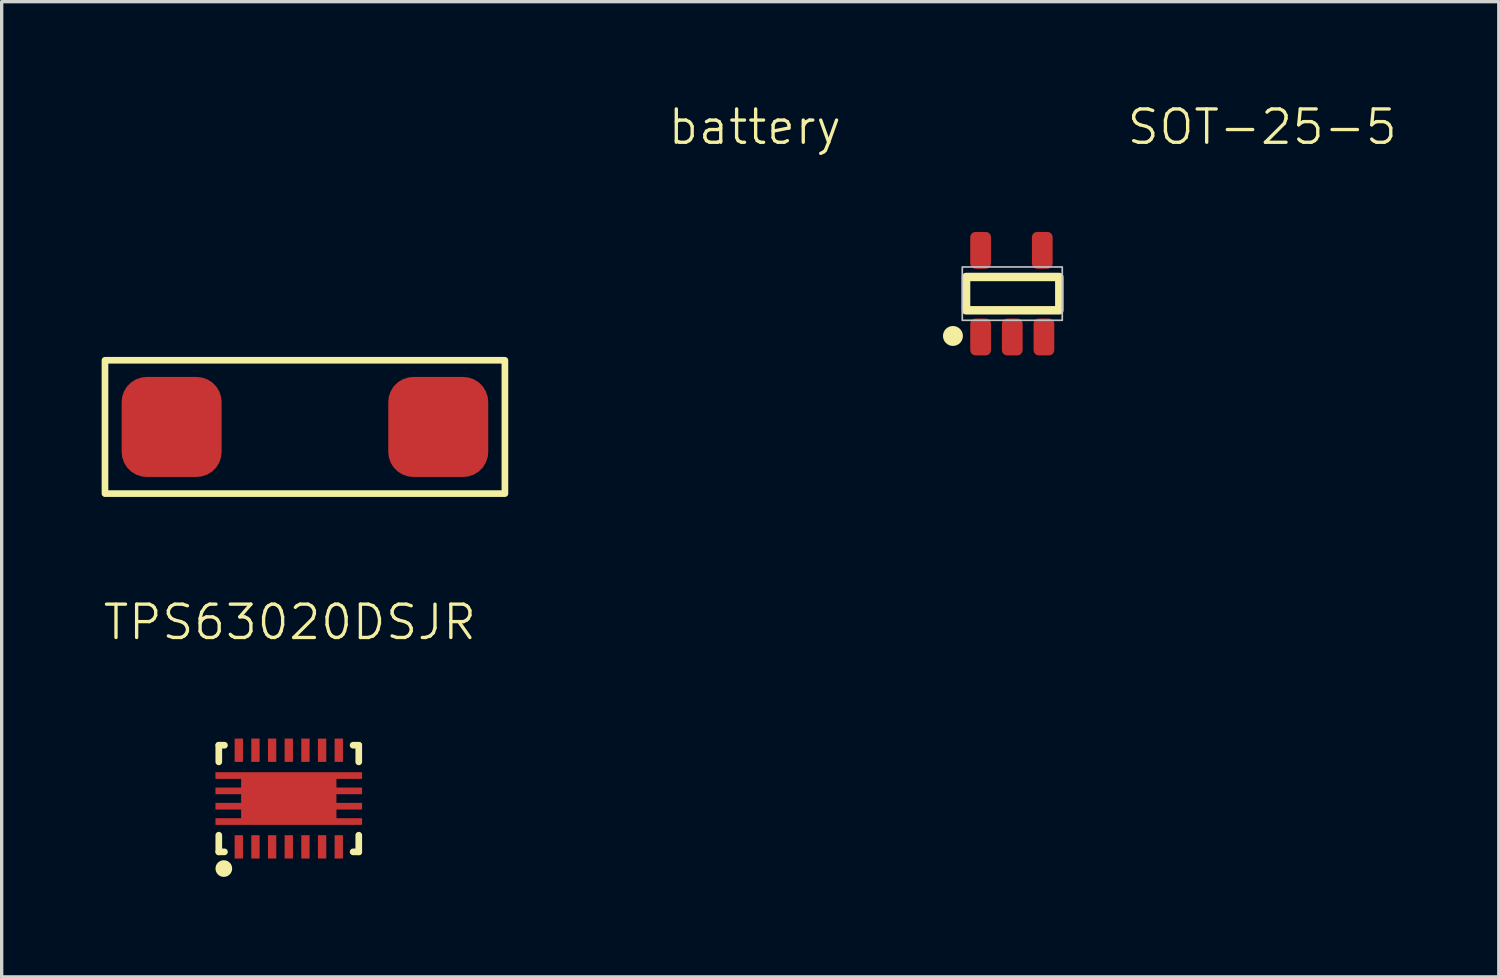
<source format=kicad_pcb>
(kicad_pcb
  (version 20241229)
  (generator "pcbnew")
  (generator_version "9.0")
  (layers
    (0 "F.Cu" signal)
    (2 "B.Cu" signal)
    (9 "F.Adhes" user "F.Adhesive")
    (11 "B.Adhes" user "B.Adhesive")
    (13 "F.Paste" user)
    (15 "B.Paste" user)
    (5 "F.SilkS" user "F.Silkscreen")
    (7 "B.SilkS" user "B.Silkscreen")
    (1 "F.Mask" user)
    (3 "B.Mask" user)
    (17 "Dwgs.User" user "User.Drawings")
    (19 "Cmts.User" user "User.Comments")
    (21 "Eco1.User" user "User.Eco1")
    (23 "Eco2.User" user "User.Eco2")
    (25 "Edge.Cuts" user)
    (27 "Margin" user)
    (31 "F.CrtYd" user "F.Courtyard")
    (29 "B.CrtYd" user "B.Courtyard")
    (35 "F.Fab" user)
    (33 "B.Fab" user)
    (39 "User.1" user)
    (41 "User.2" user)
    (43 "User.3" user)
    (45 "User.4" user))
  (footprint "TPS63020DSJR"
    (layer "F.Cu")
    (at 5.615 20.911)
    (property "Reference" "TPS63020DSJR" (at 0.03 -5.29 0) (unlocked yes) (layer "F.SilkS") (effects (font (size 1 1) (thickness 0.1))))
    (attr smd)
    (fp_line (start -2.1 -1.6) (end -2.1 -1.1) (stroke (width 0.2) (type default)) (layer "F.SilkS"))
    (fp_line (start -2.1 -1.6) (end -1.93 -1.6) (stroke (width 0.2) (type default)) (layer "F.SilkS"))
    (fp_line (start -2.1 1.1) (end -2.1 1.6) (stroke (width 0.2) (type default)) (layer "F.SilkS"))
    (fp_line (start -1.93 1.6) (end -2.1 1.6) (stroke (width 0.2) (type default)) (layer "F.SilkS"))
    (fp_line (start 2.1 -1.6) (end 1.93 -1.6) (stroke (width 0.2) (type default)) (layer "F.SilkS"))
    (fp_line (start 2.1 -1.1) (end 2.1 -1.6) (stroke (width 0.2) (type default)) (layer "F.SilkS"))
    (fp_line (start 2.1 1.1) (end 2.1 1.6) (stroke (width 0.2) (type default)) (layer "F.SilkS"))
    (fp_line (start 2.1 1.6) (end 1.93 1.6) (stroke (width 0.2) (type default)) (layer "F.SilkS"))
    (fp_circle (center -1.949 2.101) (end -1.699 2.101) (stroke (width 0) (type solid)) (fill yes) (layer "F.SilkS"))
    (pad "1" smd rect (at -1.5 1.45) (size 0.25 0.7) (layers "F.Cu" "F.Mask" "F.Paste"))
    (pad "2" smd rect (at -1 1.45) (size 0.25 0.7) (layers "F.Cu" "F.Mask" "F.Paste"))
    (pad "3" smd rect (at -0.5 1.45) (size 0.25 0.7) (layers "F.Cu" "F.Mask" "F.Paste"))
    (pad "4" smd rect (at 0 1.45) (size 0.25 0.7) (layers "F.Cu" "F.Mask" "F.Paste"))
    (pad "5" smd rect (at 0.5 1.45) (size 0.25 0.7) (layers "*.Paste" "F.Cu" "F.Mask"))
    (pad "6" smd rect (at 1 1.45) (size 0.25 0.7) (layers "*.Paste" "F.Cu" "F.Mask"))
    (pad "7" smd rect (at 1.5 1.45) (size 0.25 0.7) (layers "*.Paste" "F.Cu" "F.Mask"))
    (pad "8" smd rect (at 1.5 -1.45) (size 0.25 0.7) (layers "*.Paste" "F.Cu" "F.Mask"))
    (pad "9" smd rect (at 1 -1.45) (size 0.25 0.7) (layers "*.Paste" "F.Cu" "F.Mask"))
    (pad "10" smd rect (at 0.5 -1.45) (size 0.25 0.7) (layers "*.Paste" "F.Cu" "F.Mask"))
    (pad "11" smd rect (at 0 -1.45) (size 0.25 0.7) (layers "F.Cu" "F.Mask" "F.Paste"))
    (pad "12" smd rect (at -0.5 -1.45) (size 0.25 0.7) (layers "F.Cu" "F.Mask" "F.Paste"))
    (pad "13" smd rect (at -1 -1.45) (size 0.25 0.7) (layers "F.Cu" "F.Mask" "F.Paste"))
    (pad "14" smd rect (at -1.5 -1.45) (size 0.25 0.7) (layers "F.Cu" "F.Mask" "F.Paste"))
    (pad "15" smd custom (at 0 0) (size 2 0.2) (layers "F.Cu" "F.Mask" "F.Paste") (options (anchor rect)) (primitives (gr_poly (pts (xy -2.2 -0.79) (xy 2.2 -0.79) (xy 2.2 -0.59) (xy 1.43 -0.59) (xy 1.43 -0.33) (xy 2.2 -0.33) (xy 2.2 -0.13) (xy 1.43 -0.13) (xy 1.43 0.13) (xy 2.2 0.13) (xy 2.2 0.33) (xy 1.43 0.33) (xy 1.43 0.59) (xy 2.2 0.59) (xy 2.2 0.79) (xy -2.2 0.79) (xy -2.2 0.59) (xy -1.43 0.59) (xy -1.43 0.33) (xy -2.2 0.33) (xy -2.2 0.13) (xy -1.43 0.13) (xy -1.43 -0.13) (xy -2.2 -0.13) (xy -2.2 -0.33) (xy -1.43 -0.33) (xy -1.43 -0.59) (xy -2.2 -0.59)) (width 0) (fill yes)))))
  (footprint "battery"
    (layer "F.Cu")
    (at 6.1 9.761)
    (property "Reference" "battery" (at 13.5 -9 0) (unlocked yes) (layer "F.SilkS") (effects (font (size 1 1) (thickness 0.1))))
    (attr smd)
    (fp_rect (start -6 -2) (end 6 2) (stroke (width 0.2) (type default)) (fill no) (layer "F.SilkS"))
    (pad "1" smd roundrect (at -4 0) (size 3 3) (layers "F.Cu" "F.Mask" "F.Paste") (roundrect_rratio 0.25))
    (pad "2" smd roundrect (at 4 0) (size 3 3) (layers "F.Cu" "F.Mask" "F.Paste") (roundrect_rratio 0.25)))
  (footprint "SOT-25-5"
    (layer "F.Cu")
    (at 27.324 5.761)
    (property "Reference" "SOT-25-5" (at 7.5 -5 0) (unlocked yes) (layer "F.SilkS") (effects (font (size 1 1) (thickness 0.1))))
    (attr smd)
    (fp_rect (start 1.412 -0.5) (end -1.387 0.5) (stroke (width 0.254) (type default)) (fill no) (layer "F.SilkS"))
    (fp_circle (center -1.78 1.27) (end -1.531 1.27) (stroke (width 0.1) (type solid)) (fill yes) (layer "F.SilkS"))
    (fp_rect (start -1.5 0.8) (end 1.5 -0.8) (stroke (width 0.051) (type default)) (fill no) (layer "Dwgs.User"))
    (pad "1" smd roundrect (at -0.95 1.3) (size 0.622 1.105) (layers "F.Cu" "F.Mask" "F.Paste") (roundrect_rratio 0.25))
    (pad "2" smd roundrect (at 0 1.3) (size 0.622 1.105) (layers "F.Cu" "F.Mask" "F.Paste") (roundrect_rratio 0.25))
    (pad "3" smd roundrect (at 0.95 1.3) (size 0.622 1.105) (layers "F.Cu" "F.Mask" "F.Paste") (roundrect_rratio 0.25))
    (pad "4" smd roundrect (at 0.9 -1.3) (size 0.622 1.105) (layers "F.Cu" "F.Mask" "F.Paste") (roundrect_rratio 0.25))
    (pad "5" smd roundrect (at -0.95 -1.3) (size 0.622 1.105) (layers "F.Cu" "F.Mask" "F.Paste") (roundrect_rratio 0.25)))
  (gr_rect
    (start -3 -3)
    (end 41.922 26.262)
    (stroke (width 0.1) (type default))
    (fill no)
    (layer "Edge.Cuts")))
</source>
